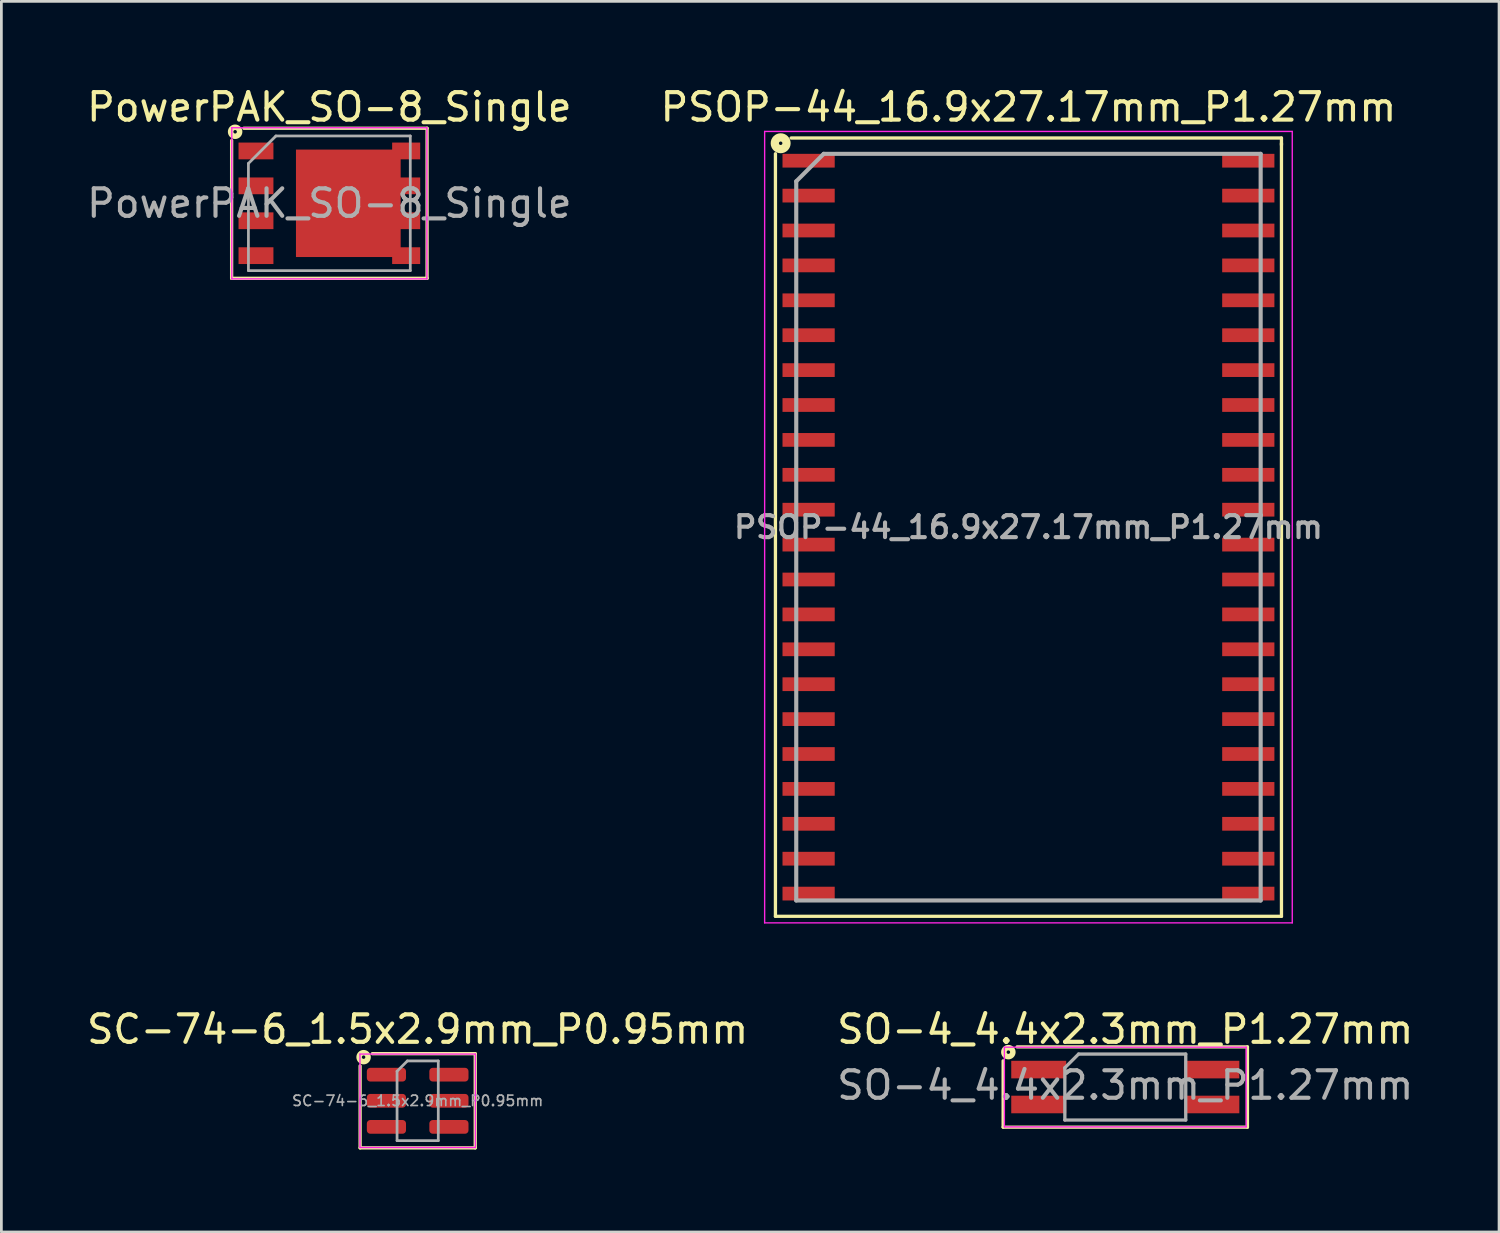
<source format=kicad_pcb>
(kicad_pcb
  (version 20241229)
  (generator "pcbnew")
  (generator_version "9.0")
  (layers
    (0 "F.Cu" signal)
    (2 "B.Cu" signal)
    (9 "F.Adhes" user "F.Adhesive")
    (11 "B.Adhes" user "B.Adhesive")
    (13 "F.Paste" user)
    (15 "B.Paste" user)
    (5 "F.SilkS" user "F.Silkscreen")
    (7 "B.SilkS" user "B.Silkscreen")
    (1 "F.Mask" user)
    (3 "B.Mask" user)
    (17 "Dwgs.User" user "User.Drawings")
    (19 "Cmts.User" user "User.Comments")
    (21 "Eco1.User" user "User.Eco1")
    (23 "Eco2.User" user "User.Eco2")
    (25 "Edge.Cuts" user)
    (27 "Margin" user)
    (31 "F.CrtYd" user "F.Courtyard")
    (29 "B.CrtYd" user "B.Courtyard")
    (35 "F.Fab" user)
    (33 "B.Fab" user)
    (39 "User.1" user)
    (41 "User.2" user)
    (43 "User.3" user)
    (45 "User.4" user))
  (footprint "SO-4_4.4x2.3mm_P1.27mm"
    (layer "F.Cu")
    (at 37.899 36.507)
    (property "Reference" "SO-4_4.4x2.3mm_P1.27mm" (at 0 -2.1 0) (layer "F.SilkS") (effects (font (size 1 1) (thickness 0.15))))
    (attr smd)
    (fp_line (start -4.445 -0.953) (end -4.445 1.46) (stroke (width 0.12) (type solid)) (layer "F.SilkS"))
    (fp_line (start -4.445 1.46) (end 4.445 1.46) (stroke (width 0.12) (type solid)) (layer "F.SilkS"))
    (fp_line (start 4.445 -1.46) (end -3.937 -1.46) (stroke (width 0.12) (type solid)) (layer "F.SilkS"))
    (fp_line (start 4.445 1.46) (end 4.445 -1.46) (stroke (width 0.12) (type solid)) (layer "F.SilkS"))
    (fp_circle (center -4.255 -1.27) (end -4.191 -1.27) (stroke (width 0.2) (type solid)) (fill no) (layer "F.SilkS"))
    (fp_line (start -4.4 -1.45) (end -4.4 1.45) (stroke (width 0.05) (type solid)) (layer "F.CrtYd"))
    (fp_line (start -4.4 -1.45) (end 4.4 -1.45) (stroke (width 0.05) (type solid)) (layer "F.CrtYd"))
    (fp_line (start 4.4 1.45) (end -4.4 1.45) (stroke (width 0.05) (type solid)) (layer "F.CrtYd"))
    (fp_line (start 4.4 1.45) (end 4.4 -1.45) (stroke (width 0.05) (type solid)) (layer "F.CrtYd"))
    (fp_line (start -2.2 -0.7) (end -2.2 1.2) (stroke (width 0.12) (type solid)) (layer "F.Fab"))
    (fp_line (start -2.2 1.2) (end 2.2 1.2) (stroke (width 0.12) (type solid)) (layer "F.Fab"))
    (fp_line (start -1.7 -1.2) (end -2.2 -0.7) (stroke (width 0.12) (type solid)) (layer "F.Fab"))
    (fp_line (start 2.2 -1.2) (end -1.7 -1.2) (stroke (width 0.12) (type solid)) (layer "F.Fab"))
    (fp_line (start 2.2 1.2) (end 2.2 -1.2) (stroke (width 0.12) (type solid)) (layer "F.Fab"))
    (fp_text user "${REFERENCE}" (at 0 -0.065 0) (layer "F.Fab") (effects (font (size 1 1) (thickness 0.15))))
    (pad "1" smd rect (at -3.15 -0.635) (size 2 0.64) (layers "F.Cu" "F.Mask" "F.Paste"))
    (pad "2" smd rect (at -3.15 0.635) (size 2 0.64) (layers "F.Cu" "F.Mask" "F.Paste"))
    (pad "3" smd rect (at 3.15 0.635) (size 2 0.64) (layers "F.Cu" "F.Mask" "F.Paste"))
    (pad "4" smd rect (at 3.15 -0.635) (size 2 0.64) (layers "F.Cu" "F.Mask" "F.Paste")))
  (footprint "PowerPAK_SO-8_Single"
    (layer "F.Cu")
    (at 8.935 4.348)
    (property "Reference" "PowerPAK_SO-8_Single" (at 0 -3.5 0) (layer "F.SilkS") (effects (font (size 1 1) (thickness 0.15))))
    (attr smd)
    (fp_line (start -3.556 -2.286) (end -3.556 2.731) (stroke (width 0.12) (type solid)) (layer "F.SilkS"))
    (fp_line (start -3.556 2.731) (end 3.556 2.731) (stroke (width 0.12) (type solid)) (layer "F.SilkS"))
    (fp_line (start 3.556 -2.731) (end -3.111 -2.731) (stroke (width 0.12) (type solid)) (layer "F.SilkS"))
    (fp_line (start 3.556 2.731) (end 3.556 -2.731) (stroke (width 0.12) (type solid)) (layer "F.SilkS"))
    (fp_circle (center -3.429 -2.603) (end -3.365 -2.603) (stroke (width 0.2) (type solid)) (fill no) (layer "F.SilkS"))
    (fp_line (start -3.55 -2.75) (end -3.55 2.75) (stroke (width 0.05) (type solid)) (layer "F.CrtYd"))
    (fp_line (start -3.55 -2.75) (end 3.55 -2.75) (stroke (width 0.05) (type solid)) (layer "F.CrtYd"))
    (fp_line (start -3.55 2.75) (end 3.55 2.75) (stroke (width 0.05) (type solid)) (layer "F.CrtYd"))
    (fp_line (start 3.55 -2.75) (end 3.55 2.75) (stroke (width 0.05) (type solid)) (layer "F.CrtYd"))
    (fp_line (start -2.945 2.45) (end -2.945 -1.45) (stroke (width 0.1) (type solid)) (layer "F.Fab"))
    (fp_line (start -1.945 -2.45) (end -2.945 -1.45) (stroke (width 0.1) (type solid)) (layer "F.Fab"))
    (fp_line (start -1.945 -2.45) (end 2.945 -2.45) (stroke (width 0.1) (type solid)) (layer "F.Fab"))
    (fp_line (start 2.945 -2.45) (end 2.945 2.45) (stroke (width 0.1) (type solid)) (layer "F.Fab"))
    (fp_line (start 2.945 2.45) (end -2.945 2.45) (stroke (width 0.1) (type solid)) (layer "F.Fab"))
    (fp_text user "${REFERENCE}" (at 0 0 0) (layer "F.Fab") (effects (font (size 1 1) (thickness 0.15))))
    (pad "1" smd rect (at -2.67 -1.905) (size 1.27 0.61) (layers "F.Cu" "F.Mask" "F.Paste"))
    (pad "2" smd rect (at -2.67 -0.635) (size 1.27 0.61) (layers "F.Cu" "F.Mask" "F.Paste"))
    (pad "3" smd rect (at -2.67 0.635) (size 1.27 0.61) (layers "F.Cu" "F.Mask" "F.Paste"))
    (pad "4" smd rect (at -2.67 1.905) (size 1.27 0.61) (layers "F.Cu" "F.Mask" "F.Paste"))
    (pad "5" smd rect (at 0.69 0) (size 3.81 3.91) (layers "F.Cu" "F.Mask" "F.Paste"))
    (pad "5" smd rect (at 2.795 -1.905) (size 1.02 0.61) (layers "F.Cu" "F.Mask" "F.Paste"))
    (pad "5" smd rect (at 2.795 -0.635) (size 1.02 0.61) (layers "F.Cu" "F.Mask" "F.Paste"))
    (pad "5" smd rect (at 2.795 0.635) (size 1.02 0.61) (layers "F.Cu" "F.Mask" "F.Paste"))
    (pad "5" smd rect (at 2.795 1.905) (size 1.02 0.61) (layers "F.Cu" "F.Mask" "F.Paste")))
  (footprint "PSOP-44_16.9x27.17mm_P1.27mm"
    (layer "F.Cu")
    (at 34.375 16.133)
    (property "Reference" "PSOP-44_16.9x27.17mm_P1.27mm" (at 0 -15.285 0) (layer "F.SilkS") (effects (font (size 1 1) (thickness 0.15))))
    (attr smd)
    (fp_line (start -9.207 -13.589) (end -9.207 14.161) (stroke (width 0.12) (type solid)) (layer "F.SilkS"))
    (fp_line (start -9.207 14.161) (end 9.207 14.161) (stroke (width 0.12) (type solid)) (layer "F.SilkS"))
    (fp_line (start 9.207 -14.161) (end -8.636 -14.161) (stroke (width 0.12) (type solid)) (layer "F.SilkS"))
    (fp_line (start 9.207 -13.906) (end 9.207 -13.97) (stroke (width 0.12) (type solid)) (layer "F.SilkS"))
    (fp_line (start 9.207 14.161) (end 9.207 -14.161) (stroke (width 0.12) (type solid)) (layer "F.SilkS"))
    (fp_circle (center -9.017 -13.97) (end -8.954 -13.97) (stroke (width 0.3) (type solid)) (fill no) (layer "F.SilkS"))
    (fp_line (start -9.6 -14.4) (end -9.6 14.4) (stroke (width 0.05) (type solid)) (layer "F.CrtYd"))
    (fp_line (start -9.6 -14.4) (end 9.6 -14.4) (stroke (width 0.05) (type solid)) (layer "F.CrtYd"))
    (fp_line (start -9.6 14.4) (end 9.6 14.4) (stroke (width 0.05) (type solid)) (layer "F.CrtYd"))
    (fp_line (start 9.6 -14.4) (end 9.6 14.4) (stroke (width 0.05) (type solid)) (layer "F.CrtYd"))
    (fp_line (start -8.45 -12.585) (end -7.45 -13.585) (stroke (width 0.15) (type solid)) (layer "F.Fab"))
    (fp_line (start -8.45 13.585) (end -8.45 -12.585) (stroke (width 0.15) (type solid)) (layer "F.Fab"))
    (fp_line (start -7.45 -13.585) (end 8.45 -13.585) (stroke (width 0.15) (type solid)) (layer "F.Fab"))
    (fp_line (start 8.45 -13.585) (end 8.45 13.585) (stroke (width 0.15) (type solid)) (layer "F.Fab"))
    (fp_line (start 8.45 13.585) (end -8.45 13.585) (stroke (width 0.15) (type solid)) (layer "F.Fab"))
    (fp_text user "${REFERENCE}" (at 0 0 0) (layer "F.Fab") (effects (font (size 0.8 0.8) (thickness 0.15))))
    (pad "1" smd rect (at -8 -13.335 270) (size 0.5 1.9) (layers "F.Cu" "F.Mask" "F.Paste"))
    (pad "2" smd rect (at -8 -12.065 270) (size 0.5 1.9) (layers "F.Cu" "F.Mask" "F.Paste"))
    (pad "3" smd rect (at -8 -10.795 270) (size 0.5 1.9) (layers "F.Cu" "F.Mask" "F.Paste"))
    (pad "4" smd rect (at -8 -9.525 270) (size 0.5 1.9) (layers "F.Cu" "F.Mask" "F.Paste"))
    (pad "5" smd rect (at -8 -8.255 270) (size 0.5 1.9) (layers "F.Cu" "F.Mask" "F.Paste"))
    (pad "6" smd rect (at -8 -6.985 270) (size 0.5 1.9) (layers "F.Cu" "F.Mask" "F.Paste"))
    (pad "7" smd rect (at -8 -5.715 270) (size 0.5 1.9) (layers "F.Cu" "F.Mask" "F.Paste"))
    (pad "8" smd rect (at -8 -4.445 270) (size 0.5 1.9) (layers "F.Cu" "F.Mask" "F.Paste"))
    (pad "9" smd rect (at -8 -3.175 270) (size 0.5 1.9) (layers "F.Cu" "F.Mask" "F.Paste"))
    (pad "10" smd rect (at -8 -1.905 270) (size 0.5 1.9) (layers "F.Cu" "F.Mask" "F.Paste"))
    (pad "11" smd rect (at -8 -0.635 270) (size 0.5 1.9) (layers "F.Cu" "F.Mask" "F.Paste"))
    (pad "12" smd rect (at -8 0.635 270) (size 0.5 1.9) (layers "F.Cu" "F.Mask" "F.Paste"))
    (pad "13" smd rect (at -8 1.905 270) (size 0.5 1.9) (layers "F.Cu" "F.Mask" "F.Paste"))
    (pad "14" smd rect (at -8 3.175 270) (size 0.5 1.9) (layers "F.Cu" "F.Mask" "F.Paste"))
    (pad "15" smd rect (at -8 4.445 270) (size 0.5 1.9) (layers "F.Cu" "F.Mask" "F.Paste"))
    (pad "16" smd rect (at -8 5.715 270) (size 0.5 1.9) (layers "F.Cu" "F.Mask" "F.Paste"))
    (pad "17" smd rect (at -8 6.985 270) (size 0.5 1.9) (layers "F.Cu" "F.Mask" "F.Paste"))
    (pad "18" smd rect (at -8 8.255 270) (size 0.5 1.9) (layers "F.Cu" "F.Mask" "F.Paste"))
    (pad "19" smd rect (at -8 9.525 270) (size 0.5 1.9) (layers "F.Cu" "F.Mask" "F.Paste"))
    (pad "20" smd rect (at -8 10.795 270) (size 0.5 1.9) (layers "F.Cu" "F.Mask" "F.Paste"))
    (pad "21" smd rect (at -8 12.065 270) (size 0.5 1.9) (layers "F.Cu" "F.Mask" "F.Paste"))
    (pad "22" smd rect (at -8 13.335 270) (size 0.5 1.9) (layers "F.Cu" "F.Mask" "F.Paste"))
    (pad "23" smd rect (at 8 13.335 270) (size 0.5 1.9) (layers "F.Cu" "F.Mask" "F.Paste"))
    (pad "24" smd rect (at 8 12.065 270) (size 0.5 1.9) (layers "F.Cu" "F.Mask" "F.Paste"))
    (pad "25" smd rect (at 8 10.795 270) (size 0.5 1.9) (layers "F.Cu" "F.Mask" "F.Paste"))
    (pad "26" smd rect (at 8 9.525 270) (size 0.5 1.9) (layers "F.Cu" "F.Mask" "F.Paste"))
    (pad "27" smd rect (at 8 8.255 270) (size 0.5 1.9) (layers "F.Cu" "F.Mask" "F.Paste"))
    (pad "28" smd rect (at 8 6.985 270) (size 0.5 1.9) (layers "F.Cu" "F.Mask" "F.Paste"))
    (pad "29" smd rect (at 8 5.715 270) (size 0.5 1.9) (layers "F.Cu" "F.Mask" "F.Paste"))
    (pad "30" smd rect (at 8 4.445 270) (size 0.5 1.9) (layers "F.Cu" "F.Mask" "F.Paste"))
    (pad "31" smd rect (at 8 3.175 270) (size 0.5 1.9) (layers "F.Cu" "F.Mask" "F.Paste"))
    (pad "32" smd rect (at 8 1.905 270) (size 0.5 1.9) (layers "F.Cu" "F.Mask" "F.Paste"))
    (pad "33" smd rect (at 8 0.635 270) (size 0.5 1.9) (layers "F.Cu" "F.Mask" "F.Paste"))
    (pad "34" smd rect (at 8 -0.635 270) (size 0.5 1.9) (layers "F.Cu" "F.Mask" "F.Paste"))
    (pad "35" smd rect (at 8 -1.905 270) (size 0.5 1.9) (layers "F.Cu" "F.Mask" "F.Paste"))
    (pad "36" smd rect (at 8 -3.175 270) (size 0.5 1.9) (layers "F.Cu" "F.Mask" "F.Paste"))
    (pad "37" smd rect (at 8 -4.445 270) (size 0.5 1.9) (layers "F.Cu" "F.Mask" "F.Paste"))
    (pad "38" smd rect (at 8 -5.715 270) (size 0.5 1.9) (layers "F.Cu" "F.Mask" "F.Paste"))
    (pad "39" smd rect (at 8 -6.985 270) (size 0.5 1.9) (layers "F.Cu" "F.Mask" "F.Paste"))
    (pad "40" smd rect (at 8 -8.255 270) (size 0.5 1.9) (layers "F.Cu" "F.Mask" "F.Paste"))
    (pad "41" smd rect (at 8 -9.525 270) (size 0.5 1.9) (layers "F.Cu" "F.Mask" "F.Paste"))
    (pad "42" smd rect (at 8 -10.795 270) (size 0.5 1.9) (layers "F.Cu" "F.Mask" "F.Paste"))
    (pad "43" smd rect (at 8 -12.065 270) (size 0.5 1.9) (layers "F.Cu" "F.Mask" "F.Paste"))
    (pad "44" smd rect (at 8 -13.335 270) (size 0.5 1.9) (layers "F.Cu" "F.Mask" "F.Paste")))
  (footprint "SC-74-6_1.5x2.9mm_P0.95mm"
    (layer "F.Cu")
    (at 12.149 37.007)
    (property "Reference" "SC-74-6_1.5x2.9mm_P0.95mm" (at 0 -2.6 0) (layer "F.SilkS") (effects (font (size 1 1) (thickness 0.15))))
    (attr smd)
    (fp_line (start -2.095 -1.27) (end -2.095 1.714) (stroke (width 0.12) (type solid)) (layer "F.SilkS"))
    (fp_line (start -2.095 1.714) (end 2.095 1.714) (stroke (width 0.12) (type solid)) (layer "F.SilkS"))
    (fp_line (start 2.095 -1.714) (end -1.651 -1.714) (stroke (width 0.12) (type solid)) (layer "F.SilkS"))
    (fp_line (start 2.095 1.714) (end 2.095 -1.714) (stroke (width 0.12) (type solid)) (layer "F.SilkS"))
    (fp_circle (center -1.968 -1.587) (end -1.905 -1.587) (stroke (width 0.2) (type solid)) (fill no) (layer "F.SilkS"))
    (fp_line (start -2.1 -1.7) (end -2.1 1.7) (stroke (width 0.05) (type solid)) (layer "F.CrtYd"))
    (fp_line (start -2.1 1.7) (end 2.1 1.7) (stroke (width 0.05) (type solid)) (layer "F.CrtYd"))
    (fp_line (start 2.1 -1.7) (end -2.1 -1.7) (stroke (width 0.05) (type solid)) (layer "F.CrtYd"))
    (fp_line (start 2.1 1.7) (end 2.1 -1.7) (stroke (width 0.05) (type solid)) (layer "F.CrtYd"))
    (fp_line (start -0.75 -1.075) (end -0.375 -1.45) (stroke (width 0.1) (type solid)) (layer "F.Fab"))
    (fp_line (start -0.75 1.45) (end -0.75 -1.075) (stroke (width 0.1) (type solid)) (layer "F.Fab"))
    (fp_line (start -0.375 -1.45) (end 0.75 -1.45) (stroke (width 0.1) (type solid)) (layer "F.Fab"))
    (fp_line (start 0.75 -1.45) (end 0.75 1.45) (stroke (width 0.1) (type solid)) (layer "F.Fab"))
    (fp_line (start 0.75 1.45) (end -0.75 1.45) (stroke (width 0.1) (type solid)) (layer "F.Fab"))
    (fp_text user "${REFERENCE}" (at 0 0 0) (layer "F.Fab") (effects (font (size 0.38 0.38) (thickness 0.06))))
    (pad "1" smd roundrect (at -1.137 -0.95) (size 1.425 0.5) (layers "F.Cu" "F.Mask" "F.Paste") (roundrect_rratio 0.25))
    (pad "2" smd roundrect (at -1.137 0) (size 1.425 0.5) (layers "F.Cu" "F.Mask" "F.Paste") (roundrect_rratio 0.25))
    (pad "3" smd roundrect (at -1.137 0.95) (size 1.425 0.5) (layers "F.Cu" "F.Mask" "F.Paste") (roundrect_rratio 0.25))
    (pad "4" smd roundrect (at 1.137 0.95) (size 1.425 0.5) (layers "F.Cu" "F.Mask" "F.Paste") (roundrect_rratio 0.25))
    (pad "5" smd roundrect (at 1.137 0) (size 1.425 0.5) (layers "F.Cu" "F.Mask" "F.Paste") (roundrect_rratio 0.25))
    (pad "6" smd roundrect (at 1.137 -0.95) (size 1.425 0.5) (layers "F.Cu" "F.Mask" "F.Paste") (roundrect_rratio 0.25)))
  (gr_rect
    (start -3 -3)
    (end 51.5 41.781)
    (stroke (width 0.1) (type default))
    (fill no)
    (layer "Edge.Cuts")))
</source>
